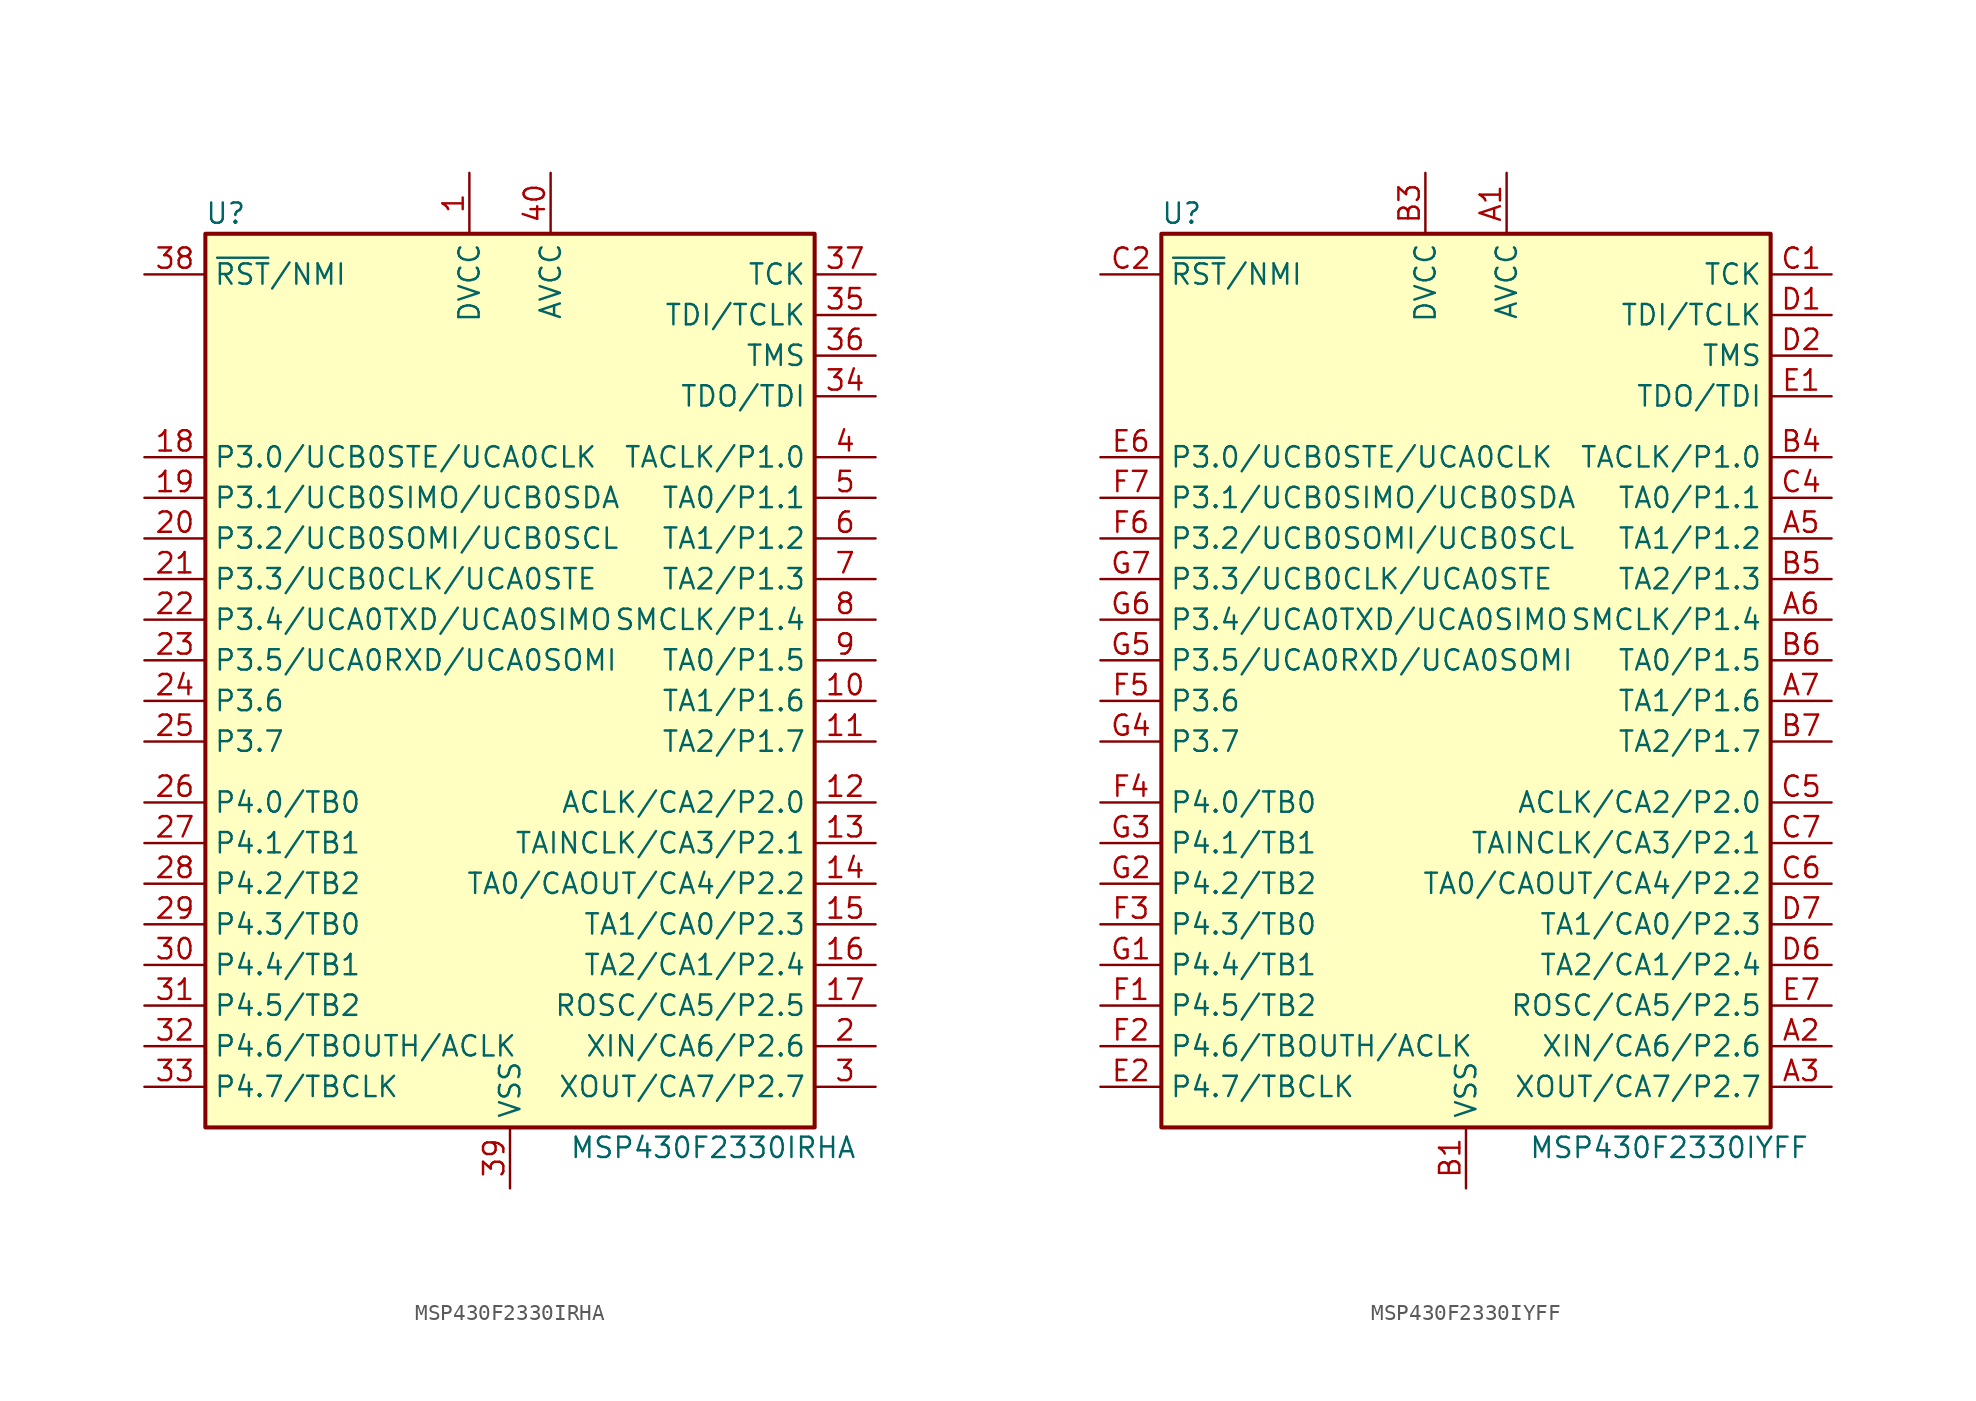
<source format=kicad_sym>
(kicad_symbol_lib
  (version 20211014)
  (generator kicad_symbol_editor)
  (symbol "MSP430F2330IRHA"
    (property "Reference" "U"
      (at -17.78 29.21 0)
      (effects (font (size 1.27 1.27))))
    (property "Value" "MSP430F2330IRHA"
      (at 12.7 -29.21 0)
      (effects (font (size 1.27 1.27))))
    (symbol "MSP430F2330IRHA_0_1"
      (rectangle (start -19.05 27.94) (end 19.05 -27.94) (stroke (width 0.254) (type default) (color 0 0 0 0)) (fill (type background))))
    (symbol "MSP430F2330IRHA_1_1"
      (pin power_in line (at -2.54 31.75 270) (length 3.81) (name "DVCC" (effects (font (size 1.27 1.27)))) (number "1" (effects (font (size 1.27 1.27)))))
      (pin bidirectional line (at 22.86 -1.27 180) (length 3.81) (name "TA1/P1.6" (effects (font (size 1.27 1.27)))) (number "10" (effects (font (size 1.27 1.27)))))
      (pin bidirectional line (at 22.86 -3.81 180) (length 3.81) (name "TA2/P1.7" (effects (font (size 1.27 1.27)))) (number "11" (effects (font (size 1.27 1.27)))))
      (pin bidirectional line (at 22.86 -7.62 180) (length 3.81) (name "ACLK/CA2/P2.0" (effects (font (size 1.27 1.27)))) (number "12" (effects (font (size 1.27 1.27)))))
      (pin bidirectional line (at 22.86 -10.16 180) (length 3.81) (name "TAINCLK/CA3/P2.1" (effects (font (size 1.27 1.27)))) (number "13" (effects (font (size 1.27 1.27)))))
      (pin bidirectional line (at 22.86 -12.7 180) (length 3.81) (name "TA0/CAOUT/CA4/P2.2" (effects (font (size 1.27 1.27)))) (number "14" (effects (font (size 1.27 1.27)))))
      (pin bidirectional line (at 22.86 -15.24 180) (length 3.81) (name "TA1/CA0/P2.3" (effects (font (size 1.27 1.27)))) (number "15" (effects (font (size 1.27 1.27)))))
      (pin bidirectional line (at 22.86 -17.78 180) (length 3.81) (name "TA2/CA1/P2.4" (effects (font (size 1.27 1.27)))) (number "16" (effects (font (size 1.27 1.27)))))
      (pin bidirectional line (at 22.86 -20.32 180) (length 3.81) (name "ROSC/CA5/P2.5" (effects (font (size 1.27 1.27)))) (number "17" (effects (font (size 1.27 1.27)))))
      (pin bidirectional line (at -22.86 13.97 0) (length 3.81) (name "P3.0/UCB0STE/UCA0CLK" (effects (font (size 1.27 1.27)))) (number "18" (effects (font (size 1.27 1.27)))))
      (pin bidirectional line (at -22.86 11.43 0) (length 3.81) (name "P3.1/UCB0SIMO/UCB0SDA" (effects (font (size 1.27 1.27)))) (number "19" (effects (font (size 1.27 1.27)))))
      (pin bidirectional line (at 22.86 -22.86 180) (length 3.81) (name "XIN/CA6/P2.6" (effects (font (size 1.27 1.27)))) (number "2" (effects (font (size 1.27 1.27)))))
      (pin bidirectional line (at -22.86 8.89 0) (length 3.81) (name "P3.2/UCB0SOMI/UCB0SCL" (effects (font (size 1.27 1.27)))) (number "20" (effects (font (size 1.27 1.27)))))
      (pin bidirectional line (at -22.86 6.35 0) (length 3.81) (name "P3.3/UCB0CLK/UCA0STE" (effects (font (size 1.27 1.27)))) (number "21" (effects (font (size 1.27 1.27)))))
      (pin bidirectional line (at -22.86 3.81 0) (length 3.81) (name "P3.4/UCA0TXD/UCA0SIMO" (effects (font (size 1.27 1.27)))) (number "22" (effects (font (size 1.27 1.27)))))
      (pin bidirectional line (at -22.86 1.27 0) (length 3.81) (name "P3.5/UCA0RXD/UCA0SOMI" (effects (font (size 1.27 1.27)))) (number "23" (effects (font (size 1.27 1.27)))))
      (pin bidirectional line (at -22.86 -1.27 0) (length 3.81) (name "P3.6" (effects (font (size 1.27 1.27)))) (number "24" (effects (font (size 1.27 1.27)))))
      (pin bidirectional line (at -22.86 -3.81 0) (length 3.81) (name "P3.7" (effects (font (size 1.27 1.27)))) (number "25" (effects (font (size 1.27 1.27)))))
      (pin bidirectional line (at -22.86 -7.62 0) (length 3.81) (name "P4.0/TB0" (effects (font (size 1.27 1.27)))) (number "26" (effects (font (size 1.27 1.27)))))
      (pin bidirectional line (at -22.86 -10.16 0) (length 3.81) (name "P4.1/TB1" (effects (font (size 1.27 1.27)))) (number "27" (effects (font (size 1.27 1.27)))))
      (pin bidirectional line (at -22.86 -12.7 0) (length 3.81) (name "P4.2/TB2" (effects (font (size 1.27 1.27)))) (number "28" (effects (font (size 1.27 1.27)))))
      (pin bidirectional line (at -22.86 -15.24 0) (length 3.81) (name "P4.3/TB0" (effects (font (size 1.27 1.27)))) (number "29" (effects (font (size 1.27 1.27)))))
      (pin bidirectional line (at 22.86 -25.4 180) (length 3.81) (name "XOUT/CA7/P2.7" (effects (font (size 1.27 1.27)))) (number "3" (effects (font (size 1.27 1.27)))))
      (pin bidirectional line (at -22.86 -17.78 0) (length 3.81) (name "P4.4/TB1" (effects (font (size 1.27 1.27)))) (number "30" (effects (font (size 1.27 1.27)))))
      (pin bidirectional line (at -22.86 -20.32 0) (length 3.81) (name "P4.5/TB2" (effects (font (size 1.27 1.27)))) (number "31" (effects (font (size 1.27 1.27)))))
      (pin bidirectional line (at -22.86 -22.86 0) (length 3.81) (name "P4.6/TBOUTH/ACLK" (effects (font (size 1.27 1.27)))) (number "32" (effects (font (size 1.27 1.27)))))
      (pin bidirectional line (at -22.86 -25.4 0) (length 3.81) (name "P4.7/TBCLK" (effects (font (size 1.27 1.27)))) (number "33" (effects (font (size 1.27 1.27)))))
      (pin bidirectional line (at 22.86 17.78 180) (length 3.81) (name "TDO/TDI" (effects (font (size 1.27 1.27)))) (number "34" (effects (font (size 1.27 1.27)))))
      (pin input line (at 22.86 22.86 180) (length 3.81) (name "TDI/TCLK" (effects (font (size 1.27 1.27)))) (number "35" (effects (font (size 1.27 1.27)))))
      (pin input line (at 22.86 20.32 180) (length 3.81) (name "TMS" (effects (font (size 1.27 1.27)))) (number "36" (effects (font (size 1.27 1.27)))))
      (pin input line (at 22.86 25.4 180) (length 3.81) (name "TCK" (effects (font (size 1.27 1.27)))) (number "37" (effects (font (size 1.27 1.27)))))
      (pin input line (at -22.86 25.4 0) (length 3.81) (name "~{RST}/NMI" (effects (font (size 1.27 1.27)))) (number "38" (effects (font (size 1.27 1.27)))))
      (pin power_in line (at 0 -31.75 90) (length 3.81) (name "VSS" (effects (font (size 1.27 1.27)))) (number "39" (effects (font (size 1.27 1.27)))))
      (pin bidirectional line (at 22.86 13.97 180) (length 3.81) (name "TACLK/P1.0" (effects (font (size 1.27 1.27)))) (number "4" (effects (font (size 1.27 1.27)))))
      (pin power_in line (at 2.54 31.75 270) (length 3.81) (name "AVCC" (effects (font (size 1.27 1.27)))) (number "40" (effects (font (size 1.27 1.27)))))
      (pin bidirectional line (at 22.86 11.43 180) (length 3.81) (name "TA0/P1.1" (effects (font (size 1.27 1.27)))) (number "5" (effects (font (size 1.27 1.27)))))
      (pin bidirectional line (at 22.86 8.89 180) (length 3.81) (name "TA1/P1.2" (effects (font (size 1.27 1.27)))) (number "6" (effects (font (size 1.27 1.27)))))
      (pin bidirectional line (at 22.86 6.35 180) (length 3.81) (name "TA2/P1.3" (effects (font (size 1.27 1.27)))) (number "7" (effects (font (size 1.27 1.27)))))
      (pin bidirectional line (at 22.86 3.81 180) (length 3.81) (name "SMCLK/P1.4" (effects (font (size 1.27 1.27)))) (number "8" (effects (font (size 1.27 1.27)))))
      (pin bidirectional line (at 22.86 1.27 180) (length 3.81) (name "TA0/P1.5" (effects (font (size 1.27 1.27)))) (number "9" (effects (font (size 1.27 1.27)))))))
  (symbol "MSP430F2330IYFF"
    (property "Reference" "U"
      (at -17.78 29.21 0)
      (effects (font (size 1.27 1.27))))
    (property "Value" "MSP430F2330IYFF"
      (at 12.7 -29.21 0)
      (effects (font (size 1.27 1.27))))
    (symbol "MSP430F2330IYFF_0_1"
      (rectangle (start -19.05 27.94) (end 19.05 -27.94) (stroke (width 0.254) (type default) (color 0 0 0 0)) (fill (type background))))
    (symbol "MSP430F2330IYFF_1_1"
      (pin power_in line (at 2.54 31.75 270) (length 3.81) (name "AVCC" (effects (font (size 1.27 1.27)))) (number "A1" (effects (font (size 1.27 1.27)))))
      (pin bidirectional line (at 22.86 -22.86 180) (length 3.81) (name "XIN/CA6/P2.6" (effects (font (size 1.27 1.27)))) (number "A2" (effects (font (size 1.27 1.27)))))
      (pin bidirectional line (at 22.86 -25.4 180) (length 3.81) (name "XOUT/CA7/P2.7" (effects (font (size 1.27 1.27)))) (number "A3" (effects (font (size 1.27 1.27)))))
      (pin bidirectional line (at 22.86 8.89 180) (length 3.81) (name "TA1/P1.2" (effects (font (size 1.27 1.27)))) (number "A5" (effects (font (size 1.27 1.27)))))
      (pin bidirectional line (at 22.86 3.81 180) (length 3.81) (name "SMCLK/P1.4" (effects (font (size 1.27 1.27)))) (number "A6" (effects (font (size 1.27 1.27)))))
      (pin bidirectional line (at 22.86 -1.27 180) (length 3.81) (name "TA1/P1.6" (effects (font (size 1.27 1.27)))) (number "A7" (effects (font (size 1.27 1.27)))))
      (pin power_in line (at 0 -31.75 90) (length 3.81) (name "VSS" (effects (font (size 1.27 1.27)))) (number "B1" (effects (font (size 1.27 1.27)))))
      (pin power_in line (at -2.54 31.75 270) (length 3.81) (name "DVCC" (effects (font (size 1.27 1.27)))) (number "B3" (effects (font (size 1.27 1.27)))))
      (pin bidirectional line (at 22.86 13.97 180) (length 3.81) (name "TACLK/P1.0" (effects (font (size 1.27 1.27)))) (number "B4" (effects (font (size 1.27 1.27)))))
      (pin bidirectional line (at 22.86 6.35 180) (length 3.81) (name "TA2/P1.3" (effects (font (size 1.27 1.27)))) (number "B5" (effects (font (size 1.27 1.27)))))
      (pin bidirectional line (at 22.86 1.27 180) (length 3.81) (name "TA0/P1.5" (effects (font (size 1.27 1.27)))) (number "B6" (effects (font (size 1.27 1.27)))))
      (pin bidirectional line (at 22.86 -3.81 180) (length 3.81) (name "TA2/P1.7" (effects (font (size 1.27 1.27)))) (number "B7" (effects (font (size 1.27 1.27)))))
      (pin input line (at 22.86 25.4 180) (length 3.81) (name "TCK" (effects (font (size 1.27 1.27)))) (number "C1" (effects (font (size 1.27 1.27)))))
      (pin input line (at -22.86 25.4 0) (length 3.81) (name "~{RST}/NMI" (effects (font (size 1.27 1.27)))) (number "C2" (effects (font (size 1.27 1.27)))))
      (pin bidirectional line (at 22.86 11.43 180) (length 3.81) (name "TA0/P1.1" (effects (font (size 1.27 1.27)))) (number "C4" (effects (font (size 1.27 1.27)))))
      (pin bidirectional line (at 22.86 -7.62 180) (length 3.81) (name "ACLK/CA2/P2.0" (effects (font (size 1.27 1.27)))) (number "C5" (effects (font (size 1.27 1.27)))))
      (pin bidirectional line (at 22.86 -12.7 180) (length 3.81) (name "TA0/CAOUT/CA4/P2.2" (effects (font (size 1.27 1.27)))) (number "C6" (effects (font (size 1.27 1.27)))))
      (pin bidirectional line (at 22.86 -10.16 180) (length 3.81) (name "TAINCLK/CA3/P2.1" (effects (font (size 1.27 1.27)))) (number "C7" (effects (font (size 1.27 1.27)))))
      (pin input line (at 22.86 22.86 180) (length 3.81) (name "TDI/TCLK" (effects (font (size 1.27 1.27)))) (number "D1" (effects (font (size 1.27 1.27)))))
      (pin input line (at 22.86 20.32 180) (length 3.81) (name "TMS" (effects (font (size 1.27 1.27)))) (number "D2" (effects (font (size 1.27 1.27)))))
      (pin bidirectional line (at 22.86 -17.78 180) (length 3.81) (name "TA2/CA1/P2.4" (effects (font (size 1.27 1.27)))) (number "D6" (effects (font (size 1.27 1.27)))))
      (pin bidirectional line (at 22.86 -15.24 180) (length 3.81) (name "TA1/CA0/P2.3" (effects (font (size 1.27 1.27)))) (number "D7" (effects (font (size 1.27 1.27)))))
      (pin bidirectional line (at 22.86 17.78 180) (length 3.81) (name "TDO/TDI" (effects (font (size 1.27 1.27)))) (number "E1" (effects (font (size 1.27 1.27)))))
      (pin bidirectional line (at -22.86 -25.4 0) (length 3.81) (name "P4.7/TBCLK" (effects (font (size 1.27 1.27)))) (number "E2" (effects (font (size 1.27 1.27)))))
      (pin bidirectional line (at -22.86 13.97 0) (length 3.81) (name "P3.0/UCB0STE/UCA0CLK" (effects (font (size 1.27 1.27)))) (number "E6" (effects (font (size 1.27 1.27)))))
      (pin bidirectional line (at 22.86 -20.32 180) (length 3.81) (name "ROSC/CA5/P2.5" (effects (font (size 1.27 1.27)))) (number "E7" (effects (font (size 1.27 1.27)))))
      (pin bidirectional line (at -22.86 -20.32 0) (length 3.81) (name "P4.5/TB2" (effects (font (size 1.27 1.27)))) (number "F1" (effects (font (size 1.27 1.27)))))
      (pin bidirectional line (at -22.86 -22.86 0) (length 3.81) (name "P4.6/TBOUTH/ACLK" (effects (font (size 1.27 1.27)))) (number "F2" (effects (font (size 1.27 1.27)))))
      (pin bidirectional line (at -22.86 -15.24 0) (length 3.81) (name "P4.3/TB0" (effects (font (size 1.27 1.27)))) (number "F3" (effects (font (size 1.27 1.27)))))
      (pin bidirectional line (at -22.86 -7.62 0) (length 3.81) (name "P4.0/TB0" (effects (font (size 1.27 1.27)))) (number "F4" (effects (font (size 1.27 1.27)))))
      (pin bidirectional line (at -22.86 -1.27 0) (length 3.81) (name "P3.6" (effects (font (size 1.27 1.27)))) (number "F5" (effects (font (size 1.27 1.27)))))
      (pin bidirectional line (at -22.86 8.89 0) (length 3.81) (name "P3.2/UCB0SOMI/UCB0SCL" (effects (font (size 1.27 1.27)))) (number "F6" (effects (font (size 1.27 1.27)))))
      (pin bidirectional line (at -22.86 11.43 0) (length 3.81) (name "P3.1/UCB0SIMO/UCB0SDA" (effects (font (size 1.27 1.27)))) (number "F7" (effects (font (size 1.27 1.27)))))
      (pin bidirectional line (at -22.86 -17.78 0) (length 3.81) (name "P4.4/TB1" (effects (font (size 1.27 1.27)))) (number "G1" (effects (font (size 1.27 1.27)))))
      (pin bidirectional line (at -22.86 -12.7 0) (length 3.81) (name "P4.2/TB2" (effects (font (size 1.27 1.27)))) (number "G2" (effects (font (size 1.27 1.27)))))
      (pin bidirectional line (at -22.86 -10.16 0) (length 3.81) (name "P4.1/TB1" (effects (font (size 1.27 1.27)))) (number "G3" (effects (font (size 1.27 1.27)))))
      (pin bidirectional line (at -22.86 -3.81 0) (length 3.81) (name "P3.7" (effects (font (size 1.27 1.27)))) (number "G4" (effects (font (size 1.27 1.27)))))
      (pin bidirectional line (at -22.86 1.27 0) (length 3.81) (name "P3.5/UCA0RXD/UCA0SOMI" (effects (font (size 1.27 1.27)))) (number "G5" (effects (font (size 1.27 1.27)))))
      (pin bidirectional line (at -22.86 3.81 0) (length 3.81) (name "P3.4/UCA0TXD/UCA0SIMO" (effects (font (size 1.27 1.27)))) (number "G6" (effects (font (size 1.27 1.27)))))
      (pin bidirectional line (at -22.86 6.35 0) (length 3.81) (name "P3.3/UCB0CLK/UCA0STE" (effects (font (size 1.27 1.27)))) (number "G7" (effects (font (size 1.27 1.27))))))))
</source>
